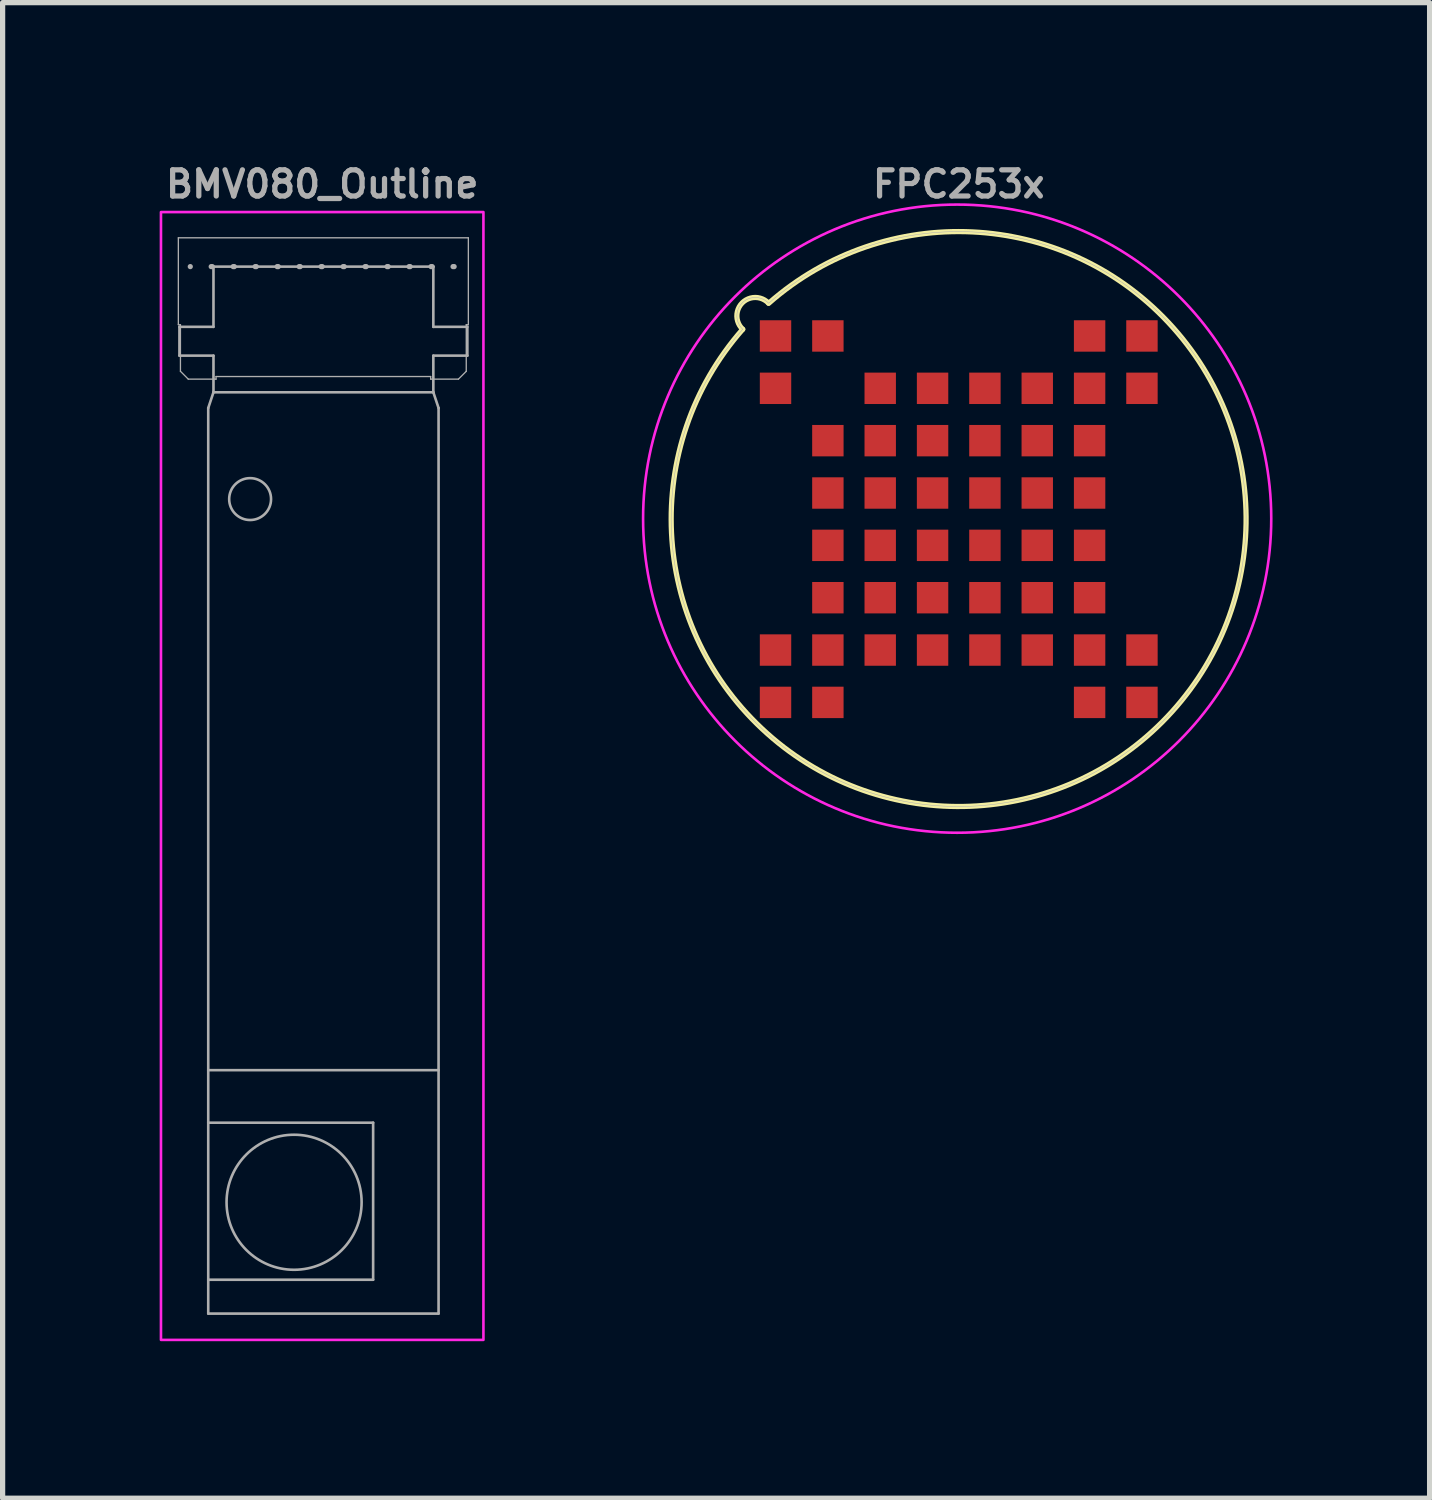
<source format=kicad_pcb>
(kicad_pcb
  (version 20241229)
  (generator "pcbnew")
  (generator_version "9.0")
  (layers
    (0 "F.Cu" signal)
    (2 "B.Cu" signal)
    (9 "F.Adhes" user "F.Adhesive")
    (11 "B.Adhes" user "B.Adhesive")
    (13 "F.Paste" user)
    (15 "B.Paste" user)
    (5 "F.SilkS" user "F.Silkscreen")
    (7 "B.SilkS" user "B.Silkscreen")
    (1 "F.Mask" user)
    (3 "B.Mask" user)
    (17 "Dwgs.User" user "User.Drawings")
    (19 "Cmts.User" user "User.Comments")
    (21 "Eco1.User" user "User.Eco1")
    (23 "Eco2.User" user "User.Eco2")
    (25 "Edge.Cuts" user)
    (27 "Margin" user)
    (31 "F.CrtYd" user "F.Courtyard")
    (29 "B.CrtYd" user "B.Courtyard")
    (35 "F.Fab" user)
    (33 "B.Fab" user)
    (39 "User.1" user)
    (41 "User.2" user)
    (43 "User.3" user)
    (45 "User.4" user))
  (footprint "FPC253x"
    (layer "F.Cu")
    (at 15.265 6.868)
    (property "Reference" "FPC253x" (at 0 -6.4 0) (layer "F.Fab") (effects (font (size 0.5 0.5) (thickness 0.1))))
    (attr smd)
    (fp_poly (pts (xy -3.85 -3.85) (xy -3.15 -3.85) (xy -3.15 -3.15) (xy -3.85 -3.15)) (stroke (width 0.01) (type solid)) (fill yes) (layer "F.Mask"))
    (fp_poly (pts (xy -3.85 -2.85) (xy -3.15 -2.85) (xy -3.15 -2.15) (xy -3.85 -2.15)) (stroke (width 0.01) (type solid)) (fill yes) (layer "F.Mask"))
    (fp_poly (pts (xy -3.85 2.15) (xy -3.15 2.15) (xy -3.15 2.85) (xy -3.85 2.85)) (stroke (width 0.01) (type solid)) (fill yes) (layer "F.Mask"))
    (fp_poly (pts (xy -3.85 3.15) (xy -3.15 3.15) (xy -3.15 3.85) (xy -3.85 3.85)) (stroke (width 0.01) (type solid)) (fill yes) (layer "F.Mask"))
    (fp_poly (pts (xy -2.85 -3.85) (xy -2.15 -3.85) (xy -2.15 -3.15) (xy -2.85 -3.15)) (stroke (width 0.01) (type solid)) (fill yes) (layer "F.Mask"))
    (fp_poly (pts (xy -2.85 -1.85) (xy -2.15 -1.85) (xy -2.15 -1.15) (xy -2.85 -1.15)) (stroke (width 0.01) (type solid)) (fill yes) (layer "F.Mask"))
    (fp_poly (pts (xy -2.85 -0.85) (xy -2.15 -0.85) (xy -2.15 -0.15) (xy -2.85 -0.15)) (stroke (width 0.01) (type solid)) (fill yes) (layer "F.Mask"))
    (fp_poly (pts (xy -2.85 0.15) (xy -2.15 0.15) (xy -2.15 0.85) (xy -2.85 0.85)) (stroke (width 0.01) (type solid)) (fill yes) (layer "F.Mask"))
    (fp_poly (pts (xy -2.85 1.15) (xy -2.15 1.15) (xy -2.15 1.85) (xy -2.85 1.85)) (stroke (width 0.01) (type solid)) (fill yes) (layer "F.Mask"))
    (fp_poly (pts (xy -2.85 2.15) (xy -2.15 2.15) (xy -2.15 2.85) (xy -2.85 2.85)) (stroke (width 0.01) (type solid)) (fill yes) (layer "F.Mask"))
    (fp_poly (pts (xy -2.85 3.15) (xy -2.15 3.15) (xy -2.15 3.85) (xy -2.85 3.85)) (stroke (width 0.01) (type solid)) (fill yes) (layer "F.Mask"))
    (fp_poly (pts (xy -1.85 -2.85) (xy -1.15 -2.85) (xy -1.15 -2.15) (xy -1.85 -2.15)) (stroke (width 0.01) (type solid)) (fill yes) (layer "F.Mask"))
    (fp_poly (pts (xy -1.85 -1.85) (xy -1.15 -1.85) (xy -1.15 -1.15) (xy -1.85 -1.15)) (stroke (width 0.01) (type solid)) (fill yes) (layer "F.Mask"))
    (fp_poly (pts (xy -1.85 -0.85) (xy -1.15 -0.85) (xy -1.15 -0.15) (xy -1.85 -0.15)) (stroke (width 0.01) (type solid)) (fill yes) (layer "F.Mask"))
    (fp_poly (pts (xy -1.85 0.15) (xy -1.15 0.15) (xy -1.15 0.85) (xy -1.85 0.85)) (stroke (width 0.01) (type solid)) (fill yes) (layer "F.Mask"))
    (fp_poly (pts (xy -1.85 1.15) (xy -1.15 1.15) (xy -1.15 1.85) (xy -1.85 1.85)) (stroke (width 0.01) (type solid)) (fill yes) (layer "F.Mask"))
    (fp_poly (pts (xy -1.85 2.15) (xy -1.15 2.15) (xy -1.15 2.85) (xy -1.85 2.85)) (stroke (width 0.01) (type solid)) (fill yes) (layer "F.Mask"))
    (fp_poly (pts (xy -0.85 -2.85) (xy -0.15 -2.85) (xy -0.15 -2.15) (xy -0.85 -2.15)) (stroke (width 0.01) (type solid)) (fill yes) (layer "F.Mask"))
    (fp_poly (pts (xy -0.85 -1.85) (xy -0.15 -1.85) (xy -0.15 -1.15) (xy -0.85 -1.15)) (stroke (width 0.01) (type solid)) (fill yes) (layer "F.Mask"))
    (fp_poly (pts (xy -0.85 -0.85) (xy -0.15 -0.85) (xy -0.15 -0.15) (xy -0.85 -0.15)) (stroke (width 0.01) (type solid)) (fill yes) (layer "F.Mask"))
    (fp_poly (pts (xy -0.85 0.15) (xy -0.15 0.15) (xy -0.15 0.85) (xy -0.85 0.85)) (stroke (width 0.01) (type solid)) (fill yes) (layer "F.Mask"))
    (fp_poly (pts (xy -0.85 1.15) (xy -0.15 1.15) (xy -0.15 1.85) (xy -0.85 1.85)) (stroke (width 0.01) (type solid)) (fill yes) (layer "F.Mask"))
    (fp_poly (pts (xy -0.85 2.15) (xy -0.15 2.15) (xy -0.15 2.85) (xy -0.85 2.85)) (stroke (width 0.01) (type solid)) (fill yes) (layer "F.Mask"))
    (fp_poly (pts (xy 0.15 -2.85) (xy 0.85 -2.85) (xy 0.85 -2.15) (xy 0.15 -2.15)) (stroke (width 0.01) (type solid)) (fill yes) (layer "F.Mask"))
    (fp_poly (pts (xy 0.15 -1.85) (xy 0.85 -1.85) (xy 0.85 -1.15) (xy 0.15 -1.15)) (stroke (width 0.01) (type solid)) (fill yes) (layer "F.Mask"))
    (fp_poly (pts (xy 0.15 -0.85) (xy 0.85 -0.85) (xy 0.85 -0.15) (xy 0.15 -0.15)) (stroke (width 0.01) (type solid)) (fill yes) (layer "F.Mask"))
    (fp_poly (pts (xy 0.15 0.15) (xy 0.85 0.15) (xy 0.85 0.85) (xy 0.15 0.85)) (stroke (width 0.01) (type solid)) (fill yes) (layer "F.Mask"))
    (fp_poly (pts (xy 0.15 1.15) (xy 0.85 1.15) (xy 0.85 1.85) (xy 0.15 1.85)) (stroke (width 0.01) (type solid)) (fill yes) (layer "F.Mask"))
    (fp_poly (pts (xy 0.15 2.15) (xy 0.85 2.15) (xy 0.85 2.85) (xy 0.15 2.85)) (stroke (width 0.01) (type solid)) (fill yes) (layer "F.Mask"))
    (fp_poly (pts (xy 1.15 -2.85) (xy 1.85 -2.85) (xy 1.85 -2.15) (xy 1.15 -2.15)) (stroke (width 0.01) (type solid)) (fill yes) (layer "F.Mask"))
    (fp_poly (pts (xy 1.15 -1.85) (xy 1.85 -1.85) (xy 1.85 -1.15) (xy 1.15 -1.15)) (stroke (width 0.01) (type solid)) (fill yes) (layer "F.Mask"))
    (fp_poly (pts (xy 1.15 -0.85) (xy 1.85 -0.85) (xy 1.85 -0.15) (xy 1.15 -0.15)) (stroke (width 0.01) (type solid)) (fill yes) (layer "F.Mask"))
    (fp_poly (pts (xy 1.15 0.15) (xy 1.85 0.15) (xy 1.85 0.85) (xy 1.15 0.85)) (stroke (width 0.01) (type solid)) (fill yes) (layer "F.Mask"))
    (fp_poly (pts (xy 1.15 1.15) (xy 1.85 1.15) (xy 1.85 1.85) (xy 1.15 1.85)) (stroke (width 0.01) (type solid)) (fill yes) (layer "F.Mask"))
    (fp_poly (pts (xy 1.15 2.15) (xy 1.85 2.15) (xy 1.85 2.85) (xy 1.15 2.85)) (stroke (width 0.01) (type solid)) (fill yes) (layer "F.Mask"))
    (fp_poly (pts (xy 2.15 -3.85) (xy 2.85 -3.85) (xy 2.85 -3.15) (xy 2.15 -3.15)) (stroke (width 0.01) (type solid)) (fill yes) (layer "F.Mask"))
    (fp_poly (pts (xy 2.15 -2.85) (xy 2.85 -2.85) (xy 2.85 -2.15) (xy 2.15 -2.15)) (stroke (width 0.01) (type solid)) (fill yes) (layer "F.Mask"))
    (fp_poly (pts (xy 2.15 -1.85) (xy 2.85 -1.85) (xy 2.85 -1.15) (xy 2.15 -1.15)) (stroke (width 0.01) (type solid)) (fill yes) (layer "F.Mask"))
    (fp_poly (pts (xy 2.15 -0.85) (xy 2.85 -0.85) (xy 2.85 -0.15) (xy 2.15 -0.15)) (stroke (width 0.01) (type solid)) (fill yes) (layer "F.Mask"))
    (fp_poly (pts (xy 2.15 0.15) (xy 2.85 0.15) (xy 2.85 0.85) (xy 2.15 0.85)) (stroke (width 0.01) (type solid)) (fill yes) (layer "F.Mask"))
    (fp_poly (pts (xy 2.15 1.15) (xy 2.85 1.15) (xy 2.85 1.85) (xy 2.15 1.85)) (stroke (width 0.01) (type solid)) (fill yes) (layer "F.Mask"))
    (fp_poly (pts (xy 2.15 2.15) (xy 2.85 2.15) (xy 2.85 2.85) (xy 2.15 2.85)) (stroke (width 0.01) (type solid)) (fill yes) (layer "F.Mask"))
    (fp_poly (pts (xy 2.15 3.15) (xy 2.85 3.15) (xy 2.85 3.85) (xy 2.15 3.85)) (stroke (width 0.01) (type solid)) (fill yes) (layer "F.Mask"))
    (fp_poly (pts (xy 3.15 -3.85) (xy 3.85 -3.85) (xy 3.85 -3.15) (xy 3.15 -3.15)) (stroke (width 0.01) (type solid)) (fill yes) (layer "F.Mask"))
    (fp_poly (pts (xy 3.15 -2.85) (xy 3.85 -2.85) (xy 3.85 -2.15) (xy 3.15 -2.15)) (stroke (width 0.01) (type solid)) (fill yes) (layer "F.Mask"))
    (fp_poly (pts (xy 3.15 2.15) (xy 3.85 2.15) (xy 3.85 2.85) (xy 3.15 2.85)) (stroke (width 0.01) (type solid)) (fill yes) (layer "F.Mask"))
    (fp_poly (pts (xy 3.15 3.15) (xy 3.85 3.15) (xy 3.85 3.85) (xy 3.15 3.85)) (stroke (width 0.01) (type solid)) (fill yes) (layer "F.Mask"))
    (fp_arc (start -4.126716 -3.627629) (mid -4.139326 -4.131274) (end -3.63553 -4.128781) (stroke (width 0.1) (type default)) (layer "F.SilkS"))
    (fp_arc (start -3.631055 -4.1237) (mid 3.882395 3.879168) (end -4.126715 -3.627629) (stroke (width 0.1) (type solid)) (layer "F.SilkS"))
    (fp_circle (center -0.03 -0.01) (end 5.97 -0.01) (stroke (width 0.05) (type solid)) (fill no) (layer "F.CrtYd"))
    (fp_arc (start -4.126716 -3.627629) (mid -4.139326 -4.131274) (end -3.63553 -4.128781) (stroke (width 0.01) (type default)) (layer "F.Fab"))
    (fp_arc (start -3.631055 -4.1237) (mid 3.882395 3.879168) (end -4.126715 -3.627629) (stroke (width 0.01) (type solid)) (layer "F.Fab"))
    (pad "A1" smd rect (at -3.5 -3.5) (size 0.6 0.6) (layers "F.Cu" "F.Paste"))
    (pad "A2" smd rect (at -2.5 -3.5) (size 0.6 0.6) (layers "F.Cu" "F.Paste"))
    (pad "A7" smd rect (at 2.5 -3.5) (size 0.6 0.6) (layers "F.Cu" "F.Paste"))
    (pad "A8" smd rect (at 3.5 -3.5) (size 0.6 0.6) (layers "F.Cu" "F.Paste"))
    (pad "B1" smd rect (at -3.5 -2.5) (size 0.6 0.6) (layers "F.Cu" "F.Paste"))
    (pad "B3" smd rect (at -1.5 -2.5) (size 0.6 0.6) (layers "F.Cu" "F.Paste"))
    (pad "B4" smd rect (at -0.5 -2.5) (size 0.6 0.6) (layers "F.Cu" "F.Paste"))
    (pad "B5" smd rect (at 0.5 -2.5) (size 0.6 0.6) (layers "F.Cu" "F.Paste"))
    (pad "B6" smd rect (at 1.5 -2.5) (size 0.6 0.6) (layers "F.Cu" "F.Paste"))
    (pad "B7" smd rect (at 2.5 -2.5) (size 0.6 0.6) (layers "F.Cu" "F.Paste"))
    (pad "B8" smd rect (at 3.5 -2.5) (size 0.6 0.6) (layers "F.Cu" "F.Paste"))
    (pad "C2" smd rect (at -2.5 -1.5) (size 0.6 0.6) (layers "F.Cu" "F.Paste"))
    (pad "C3" smd rect (at -1.5 -1.5) (size 0.6 0.6) (layers "F.Cu" "F.Paste"))
    (pad "C4" smd rect (at -0.5 -1.5) (size 0.6 0.6) (layers "F.Cu" "F.Paste"))
    (pad "C5" smd rect (at 0.5 -1.5) (size 0.6 0.6) (layers "F.Cu" "F.Paste"))
    (pad "C6" smd rect (at 1.5 -1.5) (size 0.6 0.6) (layers "F.Cu" "F.Paste"))
    (pad "C7" smd rect (at 2.5 -1.5) (size 0.6 0.6) (layers "F.Cu" "F.Paste"))
    (pad "D2" smd rect (at -2.5 -0.5) (size 0.6 0.6) (layers "F.Cu" "F.Paste"))
    (pad "D3" smd rect (at -1.5 -0.5) (size 0.6 0.6) (layers "F.Cu" "F.Paste"))
    (pad "D4" smd rect (at -0.5 -0.5) (size 0.6 0.6) (layers "F.Cu" "F.Paste"))
    (pad "D5" smd rect (at 0.5 -0.5) (size 0.6 0.6) (layers "F.Cu" "F.Paste"))
    (pad "D6" smd rect (at 1.5 -0.5) (size 0.6 0.6) (layers "F.Cu" "F.Paste"))
    (pad "D7" smd rect (at 2.5 -0.5) (size 0.6 0.6) (layers "F.Cu" "F.Paste"))
    (pad "E2" smd rect (at -2.5 0.5) (size 0.6 0.6) (layers "F.Cu" "F.Paste"))
    (pad "E3" smd rect (at -1.5 0.5) (size 0.6 0.6) (layers "F.Cu" "F.Paste"))
    (pad "E4" smd rect (at -0.5 0.5) (size 0.6 0.6) (layers "F.Cu" "F.Paste"))
    (pad "E5" smd rect (at 0.5 0.5) (size 0.6 0.6) (layers "F.Cu" "F.Paste"))
    (pad "E6" smd rect (at 1.5 0.5) (size 0.6 0.6) (layers "F.Cu" "F.Paste"))
    (pad "E7" smd rect (at 2.5 0.5) (size 0.6 0.6) (layers "F.Cu" "F.Paste"))
    (pad "F2" smd rect (at -2.5 1.5) (size 0.6 0.6) (layers "F.Cu" "F.Paste"))
    (pad "F3" smd rect (at -1.5 1.5) (size 0.6 0.6) (layers "F.Cu" "F.Paste"))
    (pad "F4" smd rect (at -0.5 1.5) (size 0.6 0.6) (layers "F.Cu" "F.Paste"))
    (pad "F5" smd rect (at 0.5 1.5) (size 0.6 0.6) (layers "F.Cu" "F.Paste"))
    (pad "F6" smd rect (at 1.5 1.5) (size 0.6 0.6) (layers "F.Cu" "F.Paste"))
    (pad "F7" smd rect (at 2.5 1.5) (size 0.6 0.6) (layers "F.Cu" "F.Paste"))
    (pad "G1" smd rect (at -3.5 2.5) (size 0.6 0.6) (layers "F.Cu" "F.Paste"))
    (pad "G2" smd rect (at -2.5 2.5) (size 0.6 0.6) (layers "F.Cu" "F.Paste"))
    (pad "G3" smd rect (at -1.5 2.5) (size 0.6 0.6) (layers "F.Cu" "F.Paste"))
    (pad "G4" smd rect (at -0.5 2.5) (size 0.6 0.6) (layers "F.Cu" "F.Paste"))
    (pad "G5" smd rect (at 0.5 2.5) (size 0.6 0.6) (layers "F.Cu" "F.Paste"))
    (pad "G6" smd rect (at 1.5 2.5) (size 0.6 0.6) (layers "F.Cu" "F.Paste"))
    (pad "G7" smd rect (at 2.5 2.5) (size 0.6 0.6) (layers "F.Cu" "F.Paste"))
    (pad "G8" smd rect (at 3.5 2.5) (size 0.6 0.6) (layers "F.Cu" "F.Paste"))
    (pad "H1" smd rect (at -3.5 3.5) (size 0.6 0.6) (layers "F.Cu" "F.Paste"))
    (pad "H2" smd rect (at -2.5 3.5) (size 0.6 0.6) (layers "F.Cu" "F.Paste"))
    (pad "H7" smd rect (at 2.5 3.5) (size 0.6 0.6) (layers "F.Cu" "F.Paste"))
    (pad "H8" smd rect (at 3.5 3.5) (size 0.6 0.6) (layers "F.Cu" "F.Paste")))
  (footprint "BMV080_Outline"
    (layer "F.Cu")
    (at 3.105 2.568)
    (property "Reference" "BMV080_Outline" (at 0 -2.1 0) (unlocked yes) (layer "F.Fab") (effects (font (size 0.5 0.5) (thickness 0.1))))
    (attr smd)
    (fp_rect (start -3.08 -1.567) (end 3.08 19.978) (stroke (width 0.05) (type default)) (fill no) (layer "F.CrtYd"))
    (fp_line (start -2.748 -1.075) (end -2.748 0.585) (stroke (width 0.025) (type default)) (layer "F.Fab"))
    (fp_line (start -2.748 0.585) (end -2.708 0.585) (stroke (width 0.025) (type default)) (layer "F.Fab"))
    (fp_line (start -2.727 0.626) (end -2.077 0.626) (stroke (width 0.05) (type default)) (layer "F.Fab"))
    (fp_line (start -2.727 1.176) (end -2.727 0.626) (stroke (width 0.05) (type default)) (layer "F.Fab"))
    (fp_line (start -2.708 0.585) (end -2.708 1.475) (stroke (width 0.025) (type default)) (layer "F.Fab"))
    (fp_line (start -2.708 1.475) (end -2.558 1.625) (stroke (width 0.025) (type default)) (layer "F.Fab"))
    (fp_line (start -2.558 1.625) (end -2.028 1.625) (stroke (width 0.025) (type default)) (layer "F.Fab"))
    (fp_line (start -2.177 2.176) (end -2.177 19.476) (stroke (width 0.05) (type default)) (layer "F.Fab"))
    (fp_line (start -2.177 15.829) (end 0.973 15.829) (stroke (width 0.05) (type default)) (layer "F.Fab"))
    (fp_line (start -2.177 19.476) (end 2.223 19.476) (stroke (width 0.05) (type default)) (layer "F.Fab"))
    (fp_line (start -2.077 -0.524) (end 0.023 -0.524) (stroke (width 0.05) (type default)) (layer "F.Fab"))
    (fp_line (start -2.077 0.626) (end -2.077 -0.524) (stroke (width 0.05) (type default)) (layer "F.Fab"))
    (fp_line (start -2.077 1.176) (end -2.727 1.176) (stroke (width 0.05) (type default)) (layer "F.Fab"))
    (fp_line (start -2.077 1.876) (end -2.177 2.176) (stroke (width 0.05) (type default)) (layer "F.Fab"))
    (fp_line (start -2.077 1.876) (end -2.077 1.176) (stroke (width 0.05) (type default)) (layer "F.Fab"))
    (fp_line (start -2.028 1.575) (end 2.072 1.575) (stroke (width 0.025) (type default)) (layer "F.Fab"))
    (fp_line (start -2.028 1.625) (end -2.028 1.575) (stroke (width 0.025) (type default)) (layer "F.Fab"))
    (fp_line (start 0.023 -0.524) (end 2.123 -0.524) (stroke (width 0.05) (type default)) (layer "F.Fab"))
    (fp_line (start 0.973 15.829) (end 0.973 18.829) (stroke (width 0.05) (type default)) (layer "F.Fab"))
    (fp_line (start 0.973 18.829) (end -2.177 18.829) (stroke (width 0.05) (type default)) (layer "F.Fab"))
    (fp_line (start 2.072 1.575) (end 2.072 1.625) (stroke (width 0.025) (type default)) (layer "F.Fab"))
    (fp_line (start 2.072 1.625) (end 2.602 1.625) (stroke (width 0.025) (type default)) (layer "F.Fab"))
    (fp_line (start 2.123 -0.524) (end 2.123 0.626) (stroke (width 0.05) (type default)) (layer "F.Fab"))
    (fp_line (start 2.123 0.626) (end 2.773 0.626) (stroke (width 0.05) (type default)) (layer "F.Fab"))
    (fp_line (start 2.123 1.176) (end 2.123 1.876) (stroke (width 0.05) (type default)) (layer "F.Fab"))
    (fp_line (start 2.123 1.876) (end -2.077 1.876) (stroke (width 0.05) (type default)) (layer "F.Fab"))
    (fp_line (start 2.223 2.176) (end 2.123 1.876) (stroke (width 0.05) (type default)) (layer "F.Fab"))
    (fp_line (start 2.223 14.826) (end -2.177 14.826) (stroke (width 0.05) (type default)) (layer "F.Fab"))
    (fp_line (start 2.223 19.476) (end 2.223 2.176) (stroke (width 0.05) (type default)) (layer "F.Fab"))
    (fp_line (start 2.52 -0.525) (end -2.52 -0.525) (stroke (width 0.1) (type dot)) (layer "F.Fab"))
    (fp_line (start 2.602 1.625) (end 2.752 1.475) (stroke (width 0.025) (type default)) (layer "F.Fab"))
    (fp_line (start 2.752 0.585) (end 2.792 0.585) (stroke (width 0.025) (type default)) (layer "F.Fab"))
    (fp_line (start 2.752 1.475) (end 2.752 0.585) (stroke (width 0.025) (type default)) (layer "F.Fab"))
    (fp_line (start 2.773 0.626) (end 2.773 1.176) (stroke (width 0.05) (type default)) (layer "F.Fab"))
    (fp_line (start 2.773 1.176) (end 2.123 1.176) (stroke (width 0.05) (type default)) (layer "F.Fab"))
    (fp_line (start 2.792 -1.075) (end -2.748 -1.075) (stroke (width 0.025) (type default)) (layer "F.Fab"))
    (fp_line (start 2.792 0.585) (end 2.792 -1.075) (stroke (width 0.025) (type default)) (layer "F.Fab"))
    (fp_circle (center -1.377 3.916) (end -0.977 3.916) (stroke (width 0.05) (type default)) (fill no) (layer "F.Fab"))
    (fp_circle (center -0.537 17.349) (end 0.753 17.349) (stroke (width 0.05) (type default)) (fill no) (layer "F.Fab")))
  (gr_rect
    (start -3 -3)
    (end 24.26 25.571)
    (stroke (width 0.1) (type default))
    (fill no)
    (layer "Edge.Cuts")))
</source>
